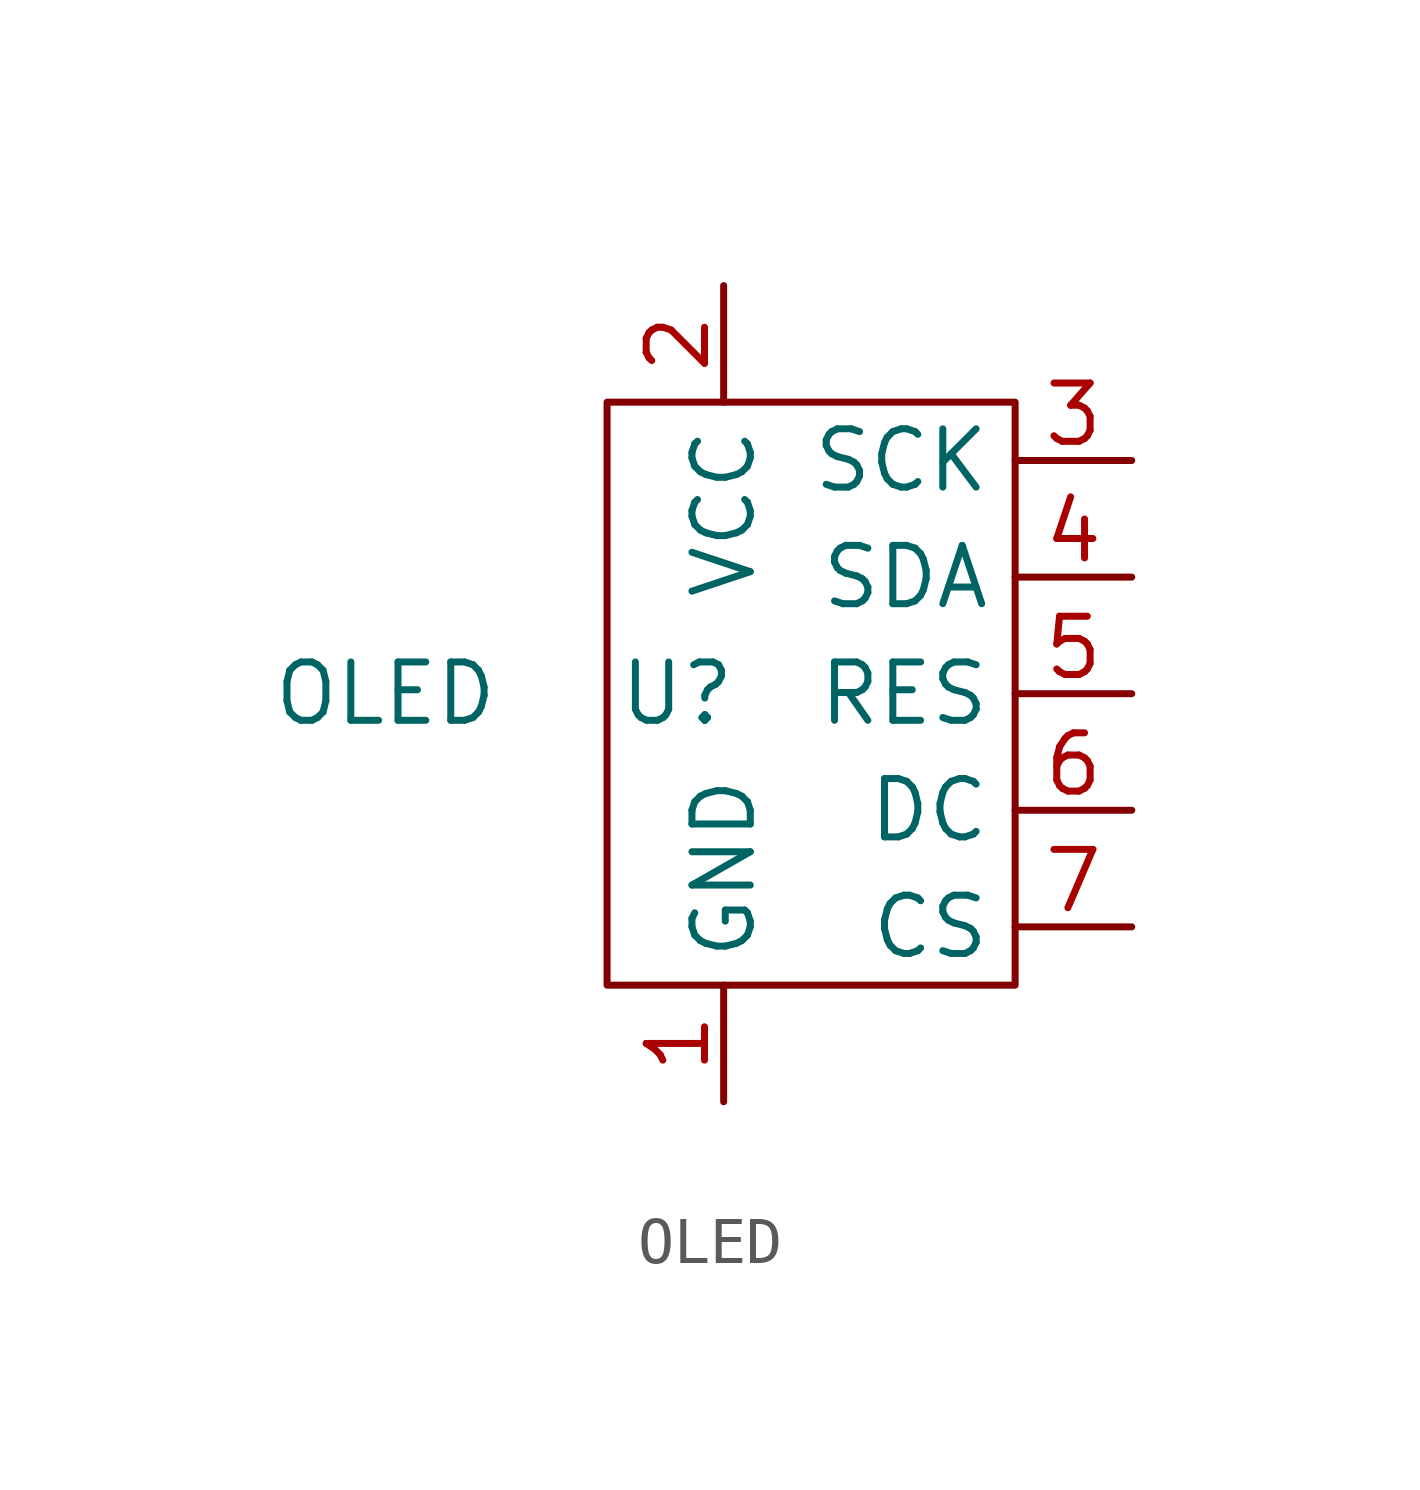
<source format=kicad_sym>
(kicad_symbol_lib
  (version 20231120)
  (generator "kicad_symbol_editor")
  (generator_version "8.0")
  (symbol "OLED"
    (property "Reference" "U"
      (at -1.016 0 0)
      (effects (font (size 1.27 1.27))))
    (property "Value" "OLED"
      (at -7.366 0 0)
      (effects (font (size 1.27 1.27))))
    (symbol "OLED_0_1"
      (rectangle (start -2.54 6.35) (end 6.35 -6.35) (stroke (width 0) (type default)) (fill (type none))))
    (symbol "OLED_1_1"
      (pin power_in line (at 0 -8.89 90) (length 2.54) (name "GND" (effects (font (size 1.27 1.27)))) (number "1" (effects (font (size 1.27 1.27)))))
      (pin power_in line (at 0 8.89 270) (length 2.54) (name "VCC" (effects (font (size 1.27 1.27)))) (number "2" (effects (font (size 1.27 1.27)))))
      (pin input line (at 8.89 5.08 180) (length 2.54) (name "SCK" (effects (font (size 1.27 1.27)))) (number "3" (effects (font (size 1.27 1.27)))))
      (pin input line (at 8.89 2.54 180) (length 2.54) (name "SDA" (effects (font (size 1.27 1.27)))) (number "4" (effects (font (size 1.27 1.27)))))
      (pin input line (at 8.89 0 180) (length 2.54) (name "RES" (effects (font (size 1.27 1.27)))) (number "5" (effects (font (size 1.27 1.27)))))
      (pin input line (at 8.89 -2.54 180) (length 2.54) (name "DC" (effects (font (size 1.27 1.27)))) (number "6" (effects (font (size 1.27 1.27)))))
      (pin input line (at 8.89 -5.08 180) (length 2.54) (name "CS" (effects (font (size 1.27 1.27)))) (number "7" (effects (font (size 1.27 1.27))))))))
</source>
